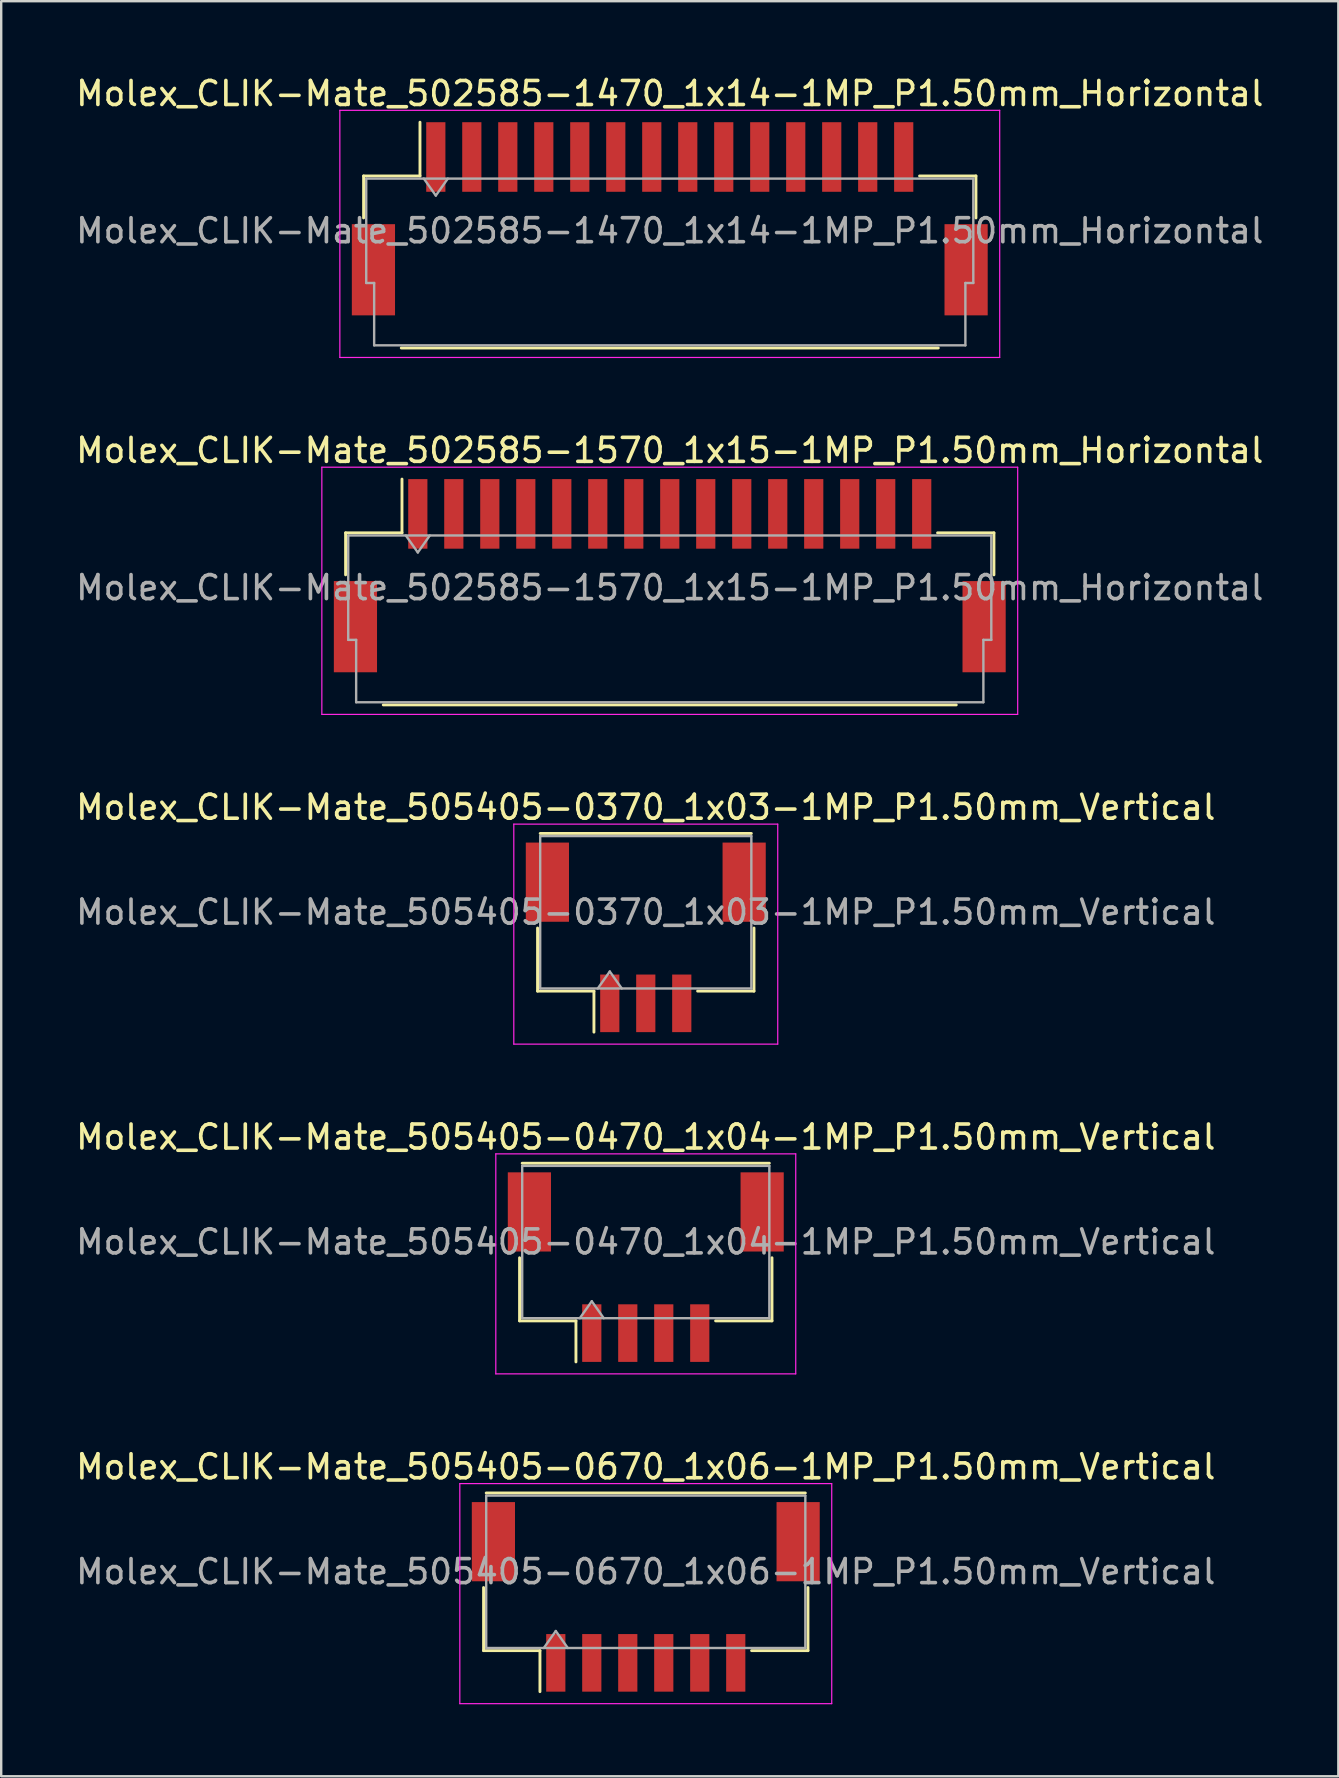
<source format=kicad_pcb>
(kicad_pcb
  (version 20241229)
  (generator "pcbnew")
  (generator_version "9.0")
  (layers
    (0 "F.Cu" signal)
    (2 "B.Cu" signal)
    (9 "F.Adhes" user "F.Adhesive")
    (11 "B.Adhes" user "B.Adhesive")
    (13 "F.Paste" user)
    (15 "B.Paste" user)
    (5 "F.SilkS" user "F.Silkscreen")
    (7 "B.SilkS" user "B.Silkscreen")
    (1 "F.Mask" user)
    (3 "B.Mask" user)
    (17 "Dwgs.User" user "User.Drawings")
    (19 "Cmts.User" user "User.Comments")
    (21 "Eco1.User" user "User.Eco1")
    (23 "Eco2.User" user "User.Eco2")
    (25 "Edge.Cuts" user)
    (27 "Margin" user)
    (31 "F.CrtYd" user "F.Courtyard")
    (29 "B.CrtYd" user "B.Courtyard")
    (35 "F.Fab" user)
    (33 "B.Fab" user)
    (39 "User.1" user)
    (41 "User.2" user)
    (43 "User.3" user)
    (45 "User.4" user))
  (footprint "Molex_CLIK-Mate_502585-1470_1x14-1MP_P1.50mm_Horizontal"
    (layer "F.Cu")
    (at 24.863 6.068)
    (property "Reference" "Molex_CLIK-Mate_502585-1470_1x14-1MP_P1.50mm_Horizontal" (at 0 -5.22 0) (layer "F.SilkS") (effects (font (size 1 1) (thickness 0.15))))
    (attr smd)
    (fp_line (start -12.76 -1.785) (end -10.41 -1.785) (stroke (width 0.12) (type solid)) (layer "F.SilkS"))
    (fp_line (start -12.76 -0.035) (end -12.76 -1.785) (stroke (width 0.12) (type solid)) (layer "F.SilkS"))
    (fp_line (start -11.19 5.385) (end 11.19 5.385) (stroke (width 0.12) (type solid)) (layer "F.SilkS"))
    (fp_line (start -10.41 -1.785) (end -10.41 -4.025) (stroke (width 0.12) (type solid)) (layer "F.SilkS"))
    (fp_line (start 12.76 -1.785) (end 10.41 -1.785) (stroke (width 0.12) (type solid)) (layer "F.SilkS"))
    (fp_line (start 12.76 -0.035) (end 12.76 -1.785) (stroke (width 0.12) (type solid)) (layer "F.SilkS"))
    (fp_line (start -13.75 -4.52) (end -13.75 5.78) (stroke (width 0.05) (type solid)) (layer "F.CrtYd"))
    (fp_line (start -13.75 5.78) (end 13.75 5.78) (stroke (width 0.05) (type solid)) (layer "F.CrtYd"))
    (fp_line (start 13.75 -4.52) (end -13.75 -4.52) (stroke (width 0.05) (type solid)) (layer "F.CrtYd"))
    (fp_line (start 13.75 5.78) (end 13.75 -4.52) (stroke (width 0.05) (type solid)) (layer "F.CrtYd"))
    (fp_line (start -12.65 -1.675) (end -12.65 2.675) (stroke (width 0.1) (type solid)) (layer "F.Fab"))
    (fp_line (start -12.65 -1.675) (end 12.65 -1.675) (stroke (width 0.1) (type solid)) (layer "F.Fab"))
    (fp_line (start -12.65 2.675) (end -12.32 2.675) (stroke (width 0.1) (type solid)) (layer "F.Fab"))
    (fp_line (start -12.32 2.675) (end -12.32 5.275) (stroke (width 0.1) (type solid)) (layer "F.Fab"))
    (fp_line (start -12.32 5.275) (end 12.32 5.275) (stroke (width 0.1) (type solid)) (layer "F.Fab"))
    (fp_line (start -10.25 -1.675) (end -9.75 -0.968) (stroke (width 0.1) (type solid)) (layer "F.Fab"))
    (fp_line (start -9.75 -0.968) (end -9.25 -1.675) (stroke (width 0.1) (type solid)) (layer "F.Fab"))
    (fp_line (start 12.32 2.675) (end 12.65 2.675) (stroke (width 0.1) (type solid)) (layer "F.Fab"))
    (fp_line (start 12.32 5.275) (end 12.32 2.675) (stroke (width 0.1) (type solid)) (layer "F.Fab"))
    (fp_line (start 12.65 -1.675) (end 12.65 2.675) (stroke (width 0.1) (type solid)) (layer "F.Fab"))
    (fp_text user "${REFERENCE}" (at 0 0.5 0) (layer "F.Fab") (effects (font (size 1 1) (thickness 0.15))))
    (pad "1" smd rect (at -9.75 -2.575) (size 0.8 2.9) (layers "F.Cu" "F.Mask" "F.Paste"))
    (pad "2" smd rect (at -8.25 -2.575) (size 0.8 2.9) (layers "F.Cu" "F.Mask" "F.Paste"))
    (pad "3" smd rect (at -6.75 -2.575) (size 0.8 2.9) (layers "F.Cu" "F.Mask" "F.Paste"))
    (pad "4" smd rect (at -5.25 -2.575) (size 0.8 2.9) (layers "F.Cu" "F.Mask" "F.Paste"))
    (pad "5" smd rect (at -3.75 -2.575) (size 0.8 2.9) (layers "F.Cu" "F.Mask" "F.Paste"))
    (pad "6" smd rect (at -2.25 -2.575) (size 0.8 2.9) (layers "F.Cu" "F.Mask" "F.Paste"))
    (pad "7" smd rect (at -0.75 -2.575) (size 0.8 2.9) (layers "F.Cu" "F.Mask" "F.Paste"))
    (pad "8" smd rect (at 0.75 -2.575) (size 0.8 2.9) (layers "F.Cu" "F.Mask" "F.Paste"))
    (pad "9" smd rect (at 2.25 -2.575) (size 0.8 2.9) (layers "F.Cu" "F.Mask" "F.Paste"))
    (pad "10" smd rect (at 3.75 -2.575) (size 0.8 2.9) (layers "F.Cu" "F.Mask" "F.Paste"))
    (pad "11" smd rect (at 5.25 -2.575) (size 0.8 2.9) (layers "F.Cu" "F.Mask" "F.Paste"))
    (pad "12" smd rect (at 6.75 -2.575) (size 0.8 2.9) (layers "F.Cu" "F.Mask" "F.Paste"))
    (pad "13" smd rect (at 8.25 -2.575) (size 0.8 2.9) (layers "F.Cu" "F.Mask" "F.Paste"))
    (pad "14" smd rect (at 9.75 -2.575) (size 0.8 2.9) (layers "F.Cu" "F.Mask" "F.Paste"))
    (pad "MP" smd rect (at -12.35 2.125) (size 1.8 3.8) (layers "F.Cu" "F.Mask" "F.Paste"))
    (pad "MP" smd rect (at 12.35 2.125) (size 1.8 3.8) (layers "F.Cu" "F.Mask" "F.Paste")))
  (footprint "Molex_CLIK-Mate_502585-1570_1x15-1MP_P1.50mm_Horizontal"
    (layer "F.Cu")
    (at 24.863 20.942)
    (property "Reference" "Molex_CLIK-Mate_502585-1570_1x15-1MP_P1.50mm_Horizontal" (at 0 -5.22 0) (layer "F.SilkS") (effects (font (size 1 1) (thickness 0.15))))
    (attr smd)
    (fp_line (start -13.51 -1.785) (end -11.16 -1.785) (stroke (width 0.12) (type solid)) (layer "F.SilkS"))
    (fp_line (start -13.51 -0.035) (end -13.51 -1.785) (stroke (width 0.12) (type solid)) (layer "F.SilkS"))
    (fp_line (start -11.94 5.385) (end 11.94 5.385) (stroke (width 0.12) (type solid)) (layer "F.SilkS"))
    (fp_line (start -11.16 -1.785) (end -11.16 -4.025) (stroke (width 0.12) (type solid)) (layer "F.SilkS"))
    (fp_line (start 13.51 -1.785) (end 11.16 -1.785) (stroke (width 0.12) (type solid)) (layer "F.SilkS"))
    (fp_line (start 13.51 -0.035) (end 13.51 -1.785) (stroke (width 0.12) (type solid)) (layer "F.SilkS"))
    (fp_line (start -14.5 -4.52) (end -14.5 5.78) (stroke (width 0.05) (type solid)) (layer "F.CrtYd"))
    (fp_line (start -14.5 5.78) (end 14.5 5.78) (stroke (width 0.05) (type solid)) (layer "F.CrtYd"))
    (fp_line (start 14.5 -4.52) (end -14.5 -4.52) (stroke (width 0.05) (type solid)) (layer "F.CrtYd"))
    (fp_line (start 14.5 5.78) (end 14.5 -4.52) (stroke (width 0.05) (type solid)) (layer "F.CrtYd"))
    (fp_line (start -13.4 -1.675) (end -13.4 2.675) (stroke (width 0.1) (type solid)) (layer "F.Fab"))
    (fp_line (start -13.4 -1.675) (end 13.4 -1.675) (stroke (width 0.1) (type solid)) (layer "F.Fab"))
    (fp_line (start -13.4 2.675) (end -13.07 2.675) (stroke (width 0.1) (type solid)) (layer "F.Fab"))
    (fp_line (start -13.07 2.675) (end -13.07 5.275) (stroke (width 0.1) (type solid)) (layer "F.Fab"))
    (fp_line (start -13.07 5.275) (end 13.07 5.275) (stroke (width 0.1) (type solid)) (layer "F.Fab"))
    (fp_line (start -11 -1.675) (end -10.5 -0.968) (stroke (width 0.1) (type solid)) (layer "F.Fab"))
    (fp_line (start -10.5 -0.968) (end -10 -1.675) (stroke (width 0.1) (type solid)) (layer "F.Fab"))
    (fp_line (start 13.07 2.675) (end 13.4 2.675) (stroke (width 0.1) (type solid)) (layer "F.Fab"))
    (fp_line (start 13.07 5.275) (end 13.07 2.675) (stroke (width 0.1) (type solid)) (layer "F.Fab"))
    (fp_line (start 13.4 -1.675) (end 13.4 2.675) (stroke (width 0.1) (type solid)) (layer "F.Fab"))
    (fp_text user "${REFERENCE}" (at 0 0.5 0) (layer "F.Fab") (effects (font (size 1 1) (thickness 0.15))))
    (pad "1" smd rect (at -10.5 -2.575) (size 0.8 2.9) (layers "F.Cu" "F.Mask" "F.Paste"))
    (pad "2" smd rect (at -9 -2.575) (size 0.8 2.9) (layers "F.Cu" "F.Mask" "F.Paste"))
    (pad "3" smd rect (at -7.5 -2.575) (size 0.8 2.9) (layers "F.Cu" "F.Mask" "F.Paste"))
    (pad "4" smd rect (at -6 -2.575) (size 0.8 2.9) (layers "F.Cu" "F.Mask" "F.Paste"))
    (pad "5" smd rect (at -4.5 -2.575) (size 0.8 2.9) (layers "F.Cu" "F.Mask" "F.Paste"))
    (pad "6" smd rect (at -3 -2.575) (size 0.8 2.9) (layers "F.Cu" "F.Mask" "F.Paste"))
    (pad "7" smd rect (at -1.5 -2.575) (size 0.8 2.9) (layers "F.Cu" "F.Mask" "F.Paste"))
    (pad "8" smd rect (at 0 -2.575) (size 0.8 2.9) (layers "F.Cu" "F.Mask" "F.Paste"))
    (pad "9" smd rect (at 1.5 -2.575) (size 0.8 2.9) (layers "F.Cu" "F.Mask" "F.Paste"))
    (pad "10" smd rect (at 3 -2.575) (size 0.8 2.9) (layers "F.Cu" "F.Mask" "F.Paste"))
    (pad "11" smd rect (at 4.5 -2.575) (size 0.8 2.9) (layers "F.Cu" "F.Mask" "F.Paste"))
    (pad "12" smd rect (at 6 -2.575) (size 0.8 2.9) (layers "F.Cu" "F.Mask" "F.Paste"))
    (pad "13" smd rect (at 7.5 -2.575) (size 0.8 2.9) (layers "F.Cu" "F.Mask" "F.Paste"))
    (pad "14" smd rect (at 9 -2.575) (size 0.8 2.9) (layers "F.Cu" "F.Mask" "F.Paste"))
    (pad "15" smd rect (at 10.5 -2.575) (size 0.8 2.9) (layers "F.Cu" "F.Mask" "F.Paste"))
    (pad "MP" smd rect (at -13.1 2.125) (size 1.8 3.8) (layers "F.Cu" "F.Mask" "F.Paste"))
    (pad "MP" smd rect (at 13.1 2.125) (size 1.8 3.8) (layers "F.Cu" "F.Mask" "F.Paste")))
  (footprint "Molex_CLIK-Mate_505405-0470_1x04-1MP_P1.50mm_Vertical"
    (layer "F.Cu")
    (at 23.863 49.758)
    (property "Reference" "Molex_CLIK-Mate_505405-0470_1x04-1MP_P1.50mm_Vertical" (at 0 -5.42 0) (layer "F.SilkS") (effects (font (size 1 1) (thickness 0.15))))
    (attr smd)
    (fp_line (start -5.26 -0.39) (end -5.26 2.24) (stroke (width 0.12) (type solid)) (layer "F.SilkS"))
    (fp_line (start -5.26 2.24) (end -2.91 2.24) (stroke (width 0.12) (type solid)) (layer "F.SilkS"))
    (fp_line (start -5.15 -4.33) (end 5.15 -4.33) (stroke (width 0.12) (type solid)) (layer "F.SilkS"))
    (fp_line (start -2.91 2.24) (end -2.91 3.95) (stroke (width 0.12) (type solid)) (layer "F.SilkS"))
    (fp_line (start 5.26 -0.39) (end 5.26 2.24) (stroke (width 0.12) (type solid)) (layer "F.SilkS"))
    (fp_line (start 5.26 2.24) (end 2.91 2.24) (stroke (width 0.12) (type solid)) (layer "F.SilkS"))
    (fp_line (start -6.25 -4.72) (end -6.25 4.45) (stroke (width 0.05) (type solid)) (layer "F.CrtYd"))
    (fp_line (start -6.25 4.45) (end 6.25 4.45) (stroke (width 0.05) (type solid)) (layer "F.CrtYd"))
    (fp_line (start 6.25 -4.72) (end -6.25 -4.72) (stroke (width 0.05) (type solid)) (layer "F.CrtYd"))
    (fp_line (start 6.25 4.45) (end 6.25 -4.72) (stroke (width 0.05) (type solid)) (layer "F.CrtYd"))
    (fp_line (start -5.15 -4.22) (end 5.15 -4.22) (stroke (width 0.1) (type solid)) (layer "F.Fab"))
    (fp_line (start -5.15 2.13) (end -5.15 -4.22) (stroke (width 0.1) (type solid)) (layer "F.Fab"))
    (fp_line (start -5.15 2.13) (end 5.15 2.13) (stroke (width 0.1) (type solid)) (layer "F.Fab"))
    (fp_line (start -2.75 2.13) (end -2.25 1.423) (stroke (width 0.1) (type solid)) (layer "F.Fab"))
    (fp_line (start -2.25 1.423) (end -1.75 2.13) (stroke (width 0.1) (type solid)) (layer "F.Fab"))
    (fp_line (start 5.15 2.13) (end 5.15 -4.22) (stroke (width 0.1) (type solid)) (layer "F.Fab"))
    (fp_text user "${REFERENCE}" (at 0 -1.05 0) (layer "F.Fab") (effects (font (size 1 1) (thickness 0.15))))
    (pad "1" smd rect (at -2.25 2.75) (size 0.8 2.4) (layers "F.Cu" "F.Mask" "F.Paste"))
    (pad "2" smd rect (at -0.75 2.75) (size 0.8 2.4) (layers "F.Cu" "F.Mask" "F.Paste"))
    (pad "3" smd rect (at 0.75 2.75) (size 0.8 2.4) (layers "F.Cu" "F.Mask" "F.Paste"))
    (pad "4" smd rect (at 2.25 2.75) (size 0.8 2.4) (layers "F.Cu" "F.Mask" "F.Paste"))
    (pad "MP" smd rect (at -4.85 -2.3) (size 1.8 3.3) (layers "F.Cu" "F.Mask" "F.Paste"))
    (pad "MP" smd rect (at 4.85 -2.3) (size 1.8 3.3) (layers "F.Cu" "F.Mask" "F.Paste")))
  (footprint "Molex_CLIK-Mate_505405-0370_1x03-1MP_P1.50mm_Vertical"
    (layer "F.Cu")
    (at 23.863 36.015)
    (property "Reference" "Molex_CLIK-Mate_505405-0370_1x03-1MP_P1.50mm_Vertical" (at 0 -5.42 0) (layer "F.SilkS") (effects (font (size 1 1) (thickness 0.15))))
    (attr smd)
    (fp_line (start -4.51 -0.39) (end -4.51 2.24) (stroke (width 0.12) (type solid)) (layer "F.SilkS"))
    (fp_line (start -4.51 2.24) (end -2.16 2.24) (stroke (width 0.12) (type solid)) (layer "F.SilkS"))
    (fp_line (start -4.4 -4.33) (end 4.4 -4.33) (stroke (width 0.12) (type solid)) (layer "F.SilkS"))
    (fp_line (start -2.16 2.24) (end -2.16 3.95) (stroke (width 0.12) (type solid)) (layer "F.SilkS"))
    (fp_line (start 4.51 -0.39) (end 4.51 2.24) (stroke (width 0.12) (type solid)) (layer "F.SilkS"))
    (fp_line (start 4.51 2.24) (end 2.16 2.24) (stroke (width 0.12) (type solid)) (layer "F.SilkS"))
    (fp_line (start -5.5 -4.72) (end -5.5 4.45) (stroke (width 0.05) (type solid)) (layer "F.CrtYd"))
    (fp_line (start -5.5 4.45) (end 5.5 4.45) (stroke (width 0.05) (type solid)) (layer "F.CrtYd"))
    (fp_line (start 5.5 -4.72) (end -5.5 -4.72) (stroke (width 0.05) (type solid)) (layer "F.CrtYd"))
    (fp_line (start 5.5 4.45) (end 5.5 -4.72) (stroke (width 0.05) (type solid)) (layer "F.CrtYd"))
    (fp_line (start -4.4 -4.22) (end 4.4 -4.22) (stroke (width 0.1) (type solid)) (layer "F.Fab"))
    (fp_line (start -4.4 2.13) (end -4.4 -4.22) (stroke (width 0.1) (type solid)) (layer "F.Fab"))
    (fp_line (start -4.4 2.13) (end 4.4 2.13) (stroke (width 0.1) (type solid)) (layer "F.Fab"))
    (fp_line (start -2 2.13) (end -1.5 1.423) (stroke (width 0.1) (type solid)) (layer "F.Fab"))
    (fp_line (start -1.5 1.423) (end -1 2.13) (stroke (width 0.1) (type solid)) (layer "F.Fab"))
    (fp_line (start 4.4 2.13) (end 4.4 -4.22) (stroke (width 0.1) (type solid)) (layer "F.Fab"))
    (fp_text user "${REFERENCE}" (at 0 -1.05 0) (layer "F.Fab") (effects (font (size 1 1) (thickness 0.15))))
    (pad "1" smd rect (at -1.5 2.75) (size 0.8 2.4) (layers "F.Cu" "F.Mask" "F.Paste"))
    (pad "2" smd rect (at 0 2.75) (size 0.8 2.4) (layers "F.Cu" "F.Mask" "F.Paste"))
    (pad "3" smd rect (at 1.5 2.75) (size 0.8 2.4) (layers "F.Cu" "F.Mask" "F.Paste"))
    (pad "MP" smd rect (at -4.1 -2.3) (size 1.8 3.3) (layers "F.Cu" "F.Mask" "F.Paste"))
    (pad "MP" smd rect (at 4.1 -2.3) (size 1.8 3.3) (layers "F.Cu" "F.Mask" "F.Paste")))
  (footprint "Molex_CLIK-Mate_505405-0670_1x06-1MP_P1.50mm_Vertical"
    (layer "F.Cu")
    (at 23.863 63.501)
    (property "Reference" "Molex_CLIK-Mate_505405-0670_1x06-1MP_P1.50mm_Vertical" (at 0 -5.42 0) (layer "F.SilkS") (effects (font (size 1 1) (thickness 0.15))))
    (attr smd)
    (fp_line (start -6.76 -0.39) (end -6.76 2.24) (stroke (width 0.12) (type solid)) (layer "F.SilkS"))
    (fp_line (start -6.76 2.24) (end -4.41 2.24) (stroke (width 0.12) (type solid)) (layer "F.SilkS"))
    (fp_line (start -6.65 -4.33) (end 6.65 -4.33) (stroke (width 0.12) (type solid)) (layer "F.SilkS"))
    (fp_line (start -4.41 2.24) (end -4.41 3.95) (stroke (width 0.12) (type solid)) (layer "F.SilkS"))
    (fp_line (start 6.76 -0.39) (end 6.76 2.24) (stroke (width 0.12) (type solid)) (layer "F.SilkS"))
    (fp_line (start 6.76 2.24) (end 4.41 2.24) (stroke (width 0.12) (type solid)) (layer "F.SilkS"))
    (fp_line (start -7.75 -4.72) (end -7.75 4.45) (stroke (width 0.05) (type solid)) (layer "F.CrtYd"))
    (fp_line (start -7.75 4.45) (end 7.75 4.45) (stroke (width 0.05) (type solid)) (layer "F.CrtYd"))
    (fp_line (start 7.75 -4.72) (end -7.75 -4.72) (stroke (width 0.05) (type solid)) (layer "F.CrtYd"))
    (fp_line (start 7.75 4.45) (end 7.75 -4.72) (stroke (width 0.05) (type solid)) (layer "F.CrtYd"))
    (fp_line (start -6.65 -4.22) (end 6.65 -4.22) (stroke (width 0.1) (type solid)) (layer "F.Fab"))
    (fp_line (start -6.65 2.13) (end -6.65 -4.22) (stroke (width 0.1) (type solid)) (layer "F.Fab"))
    (fp_line (start -6.65 2.13) (end 6.65 2.13) (stroke (width 0.1) (type solid)) (layer "F.Fab"))
    (fp_line (start -4.25 2.13) (end -3.75 1.423) (stroke (width 0.1) (type solid)) (layer "F.Fab"))
    (fp_line (start -3.75 1.423) (end -3.25 2.13) (stroke (width 0.1) (type solid)) (layer "F.Fab"))
    (fp_line (start 6.65 2.13) (end 6.65 -4.22) (stroke (width 0.1) (type solid)) (layer "F.Fab"))
    (fp_text user "${REFERENCE}" (at 0 -1.05 0) (layer "F.Fab") (effects (font (size 1 1) (thickness 0.15))))
    (pad "1" smd rect (at -3.75 2.75) (size 0.8 2.4) (layers "F.Cu" "F.Mask" "F.Paste"))
    (pad "2" smd rect (at -2.25 2.75) (size 0.8 2.4) (layers "F.Cu" "F.Mask" "F.Paste"))
    (pad "3" smd rect (at -0.75 2.75) (size 0.8 2.4) (layers "F.Cu" "F.Mask" "F.Paste"))
    (pad "4" smd rect (at 0.75 2.75) (size 0.8 2.4) (layers "F.Cu" "F.Mask" "F.Paste"))
    (pad "5" smd rect (at 2.25 2.75) (size 0.8 2.4) (layers "F.Cu" "F.Mask" "F.Paste"))
    (pad "6" smd rect (at 3.75 2.75) (size 0.8 2.4) (layers "F.Cu" "F.Mask" "F.Paste"))
    (pad "MP" smd rect (at -6.35 -2.3) (size 1.8 3.3) (layers "F.Cu" "F.Mask" "F.Paste"))
    (pad "MP" smd rect (at 6.35 -2.3) (size 1.8 3.3) (layers "F.Cu" "F.Mask" "F.Paste")))
  (gr_rect
    (start -3 -3)
    (end 52.726 70.976)
    (stroke (width 0.1) (type default))
    (fill no)
    (layer "Edge.Cuts")))
</source>
